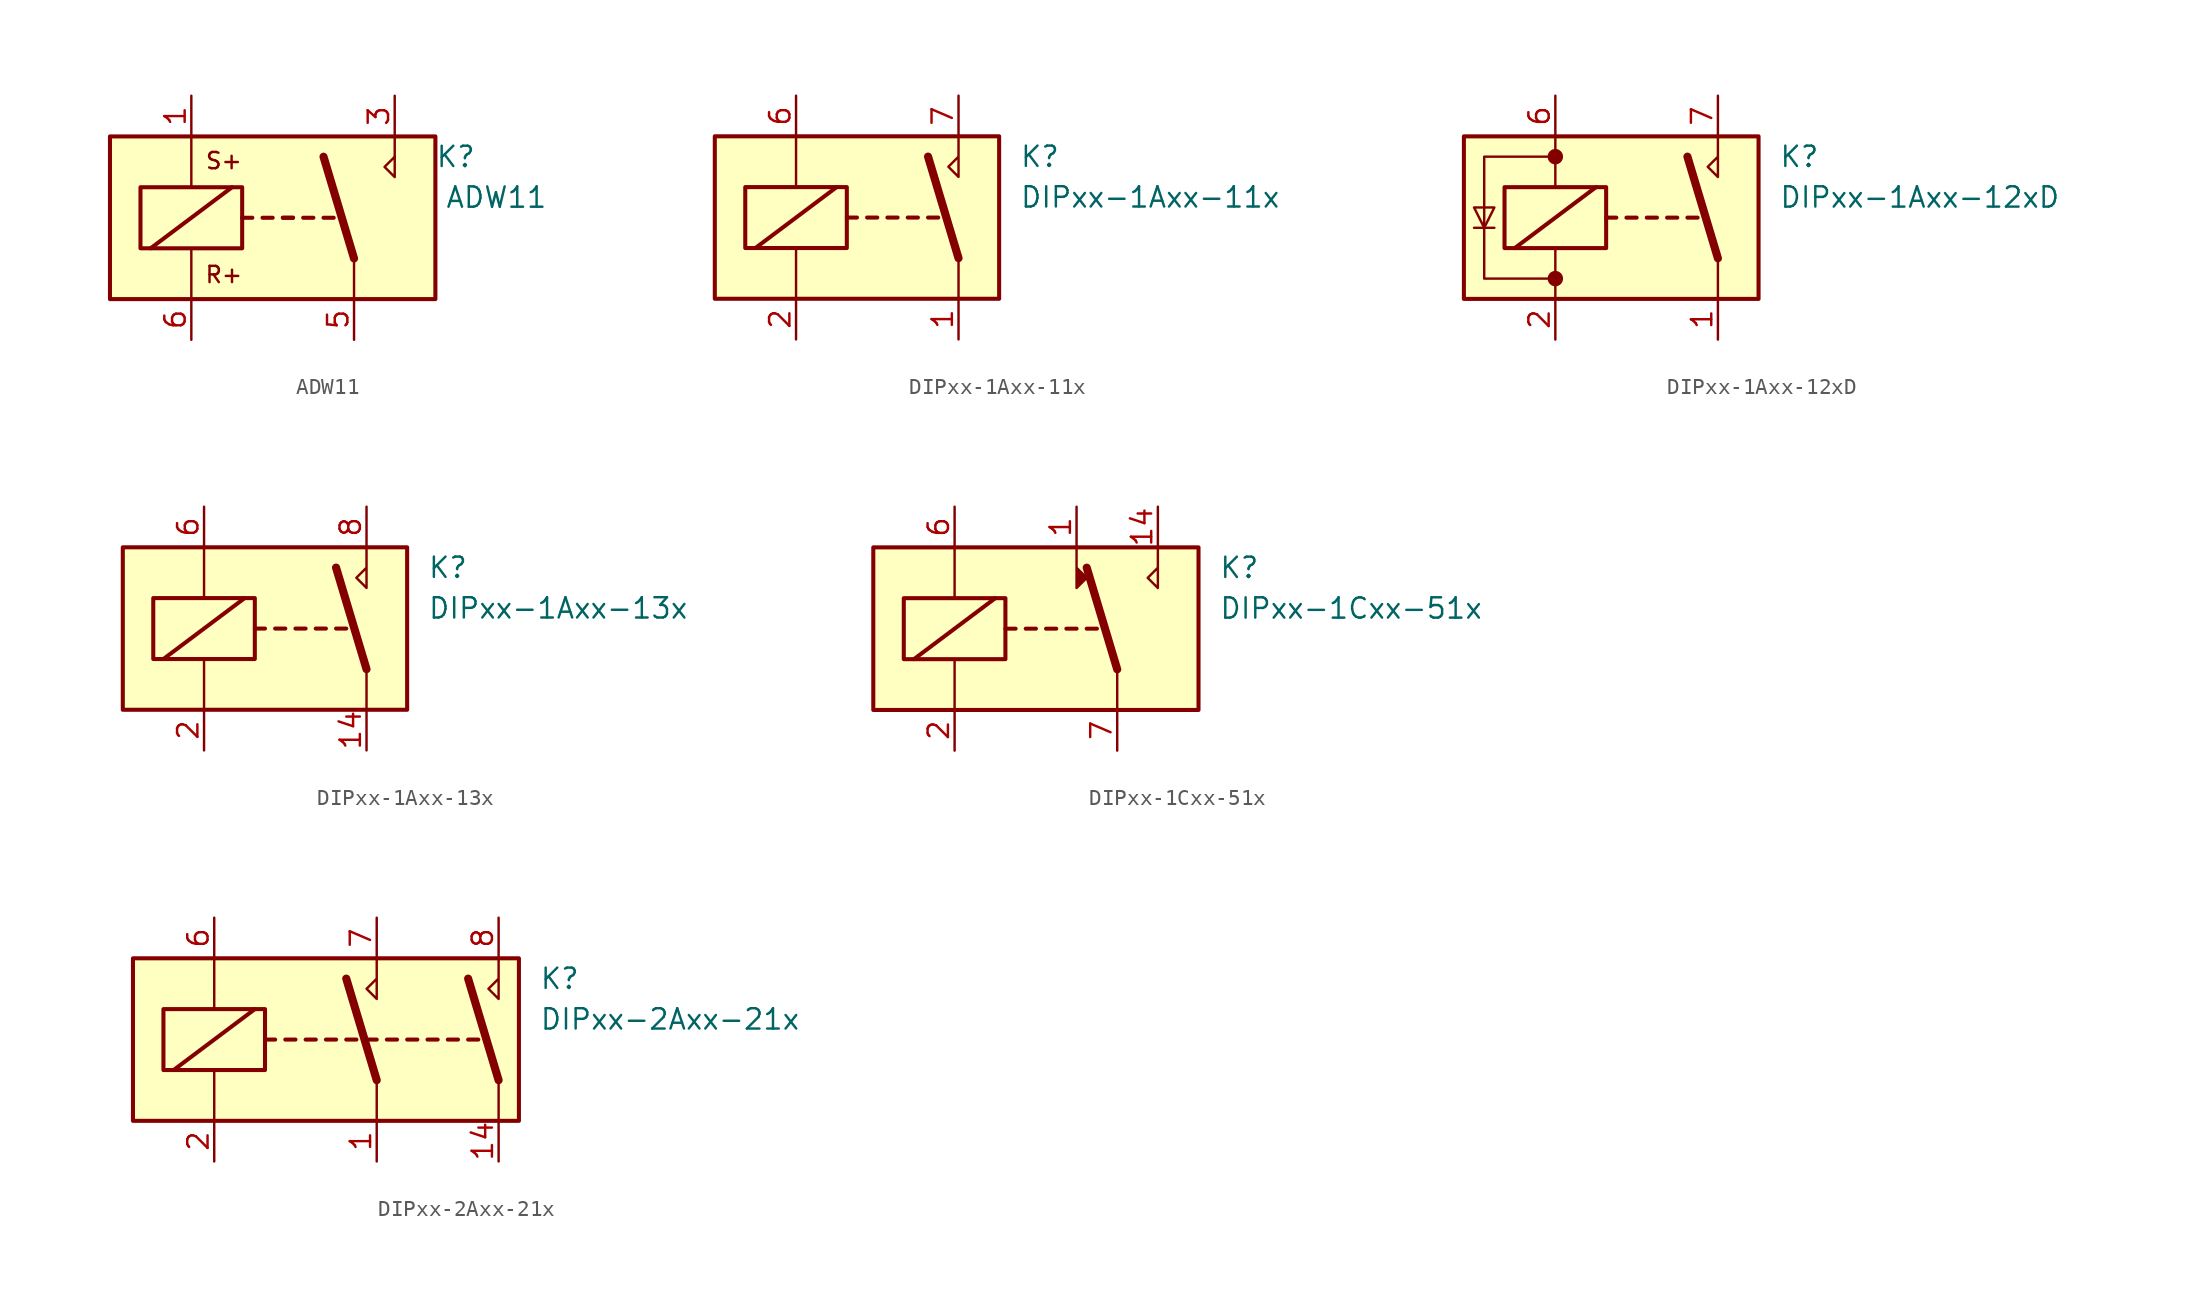
<source format=kicad_sym>
(kicad_symbol_lib
  (version 20201005)
  (generator kicad_symbol_editor)
  (symbol "ADW11"
    (property "Reference" "K"
      (at 11.43 3.81 0)
      (effects (font (size 1.27 1.27))))
    (property "Value" "ADW11"
      (at 13.97 1.27 0)
      (effects (font (size 1.27 1.27))))
    (symbol "ADW11_1_1"
      (text "R+" (at -3.048 -3.556 0) (effects (font (size 1.016 1.016))))
      (text "S+" (at -3.048 3.556 0) (effects (font (size 1.016 1.016))))
      (rectangle (start -8.255 1.905) (end -1.905 -1.905) (stroke (width 0.254)) (fill (type none)))
      (rectangle (start -10.16 5.08) (end 10.16 -5.08) (stroke (width 0.254)) (fill (type background)))
      (polyline (pts (xy -7.62 -1.905) (xy -2.54 1.905)) (stroke (width 0.254)) (fill (type none)))
      (polyline (pts (xy -5.08 -5.08) (xy -5.08 -1.905)) (stroke (width 0)) (fill (type none)))
      (polyline (pts (xy -5.08 5.08) (xy -5.08 1.905)) (stroke (width 0)) (fill (type none)))
      (polyline (pts (xy -1.905 0) (xy -1.27 0)) (stroke (width 0.254)) (fill (type none)))
      (polyline (pts (xy -0.635 0) (xy 0 0)) (stroke (width 0.254)) (fill (type none)))
      (polyline (pts (xy 0.635 0) (xy 1.27 0)) (stroke (width 0.254)) (fill (type none)))
      (polyline (pts (xy 0.635 0) (xy 1.27 0)) (stroke (width 0.254)) (fill (type none)))
      (polyline (pts (xy 1.905 0) (xy 2.54 0)) (stroke (width 0.254)) (fill (type none)))
      (polyline (pts (xy 3.175 0) (xy 3.81 0)) (stroke (width 0.254)) (fill (type none)))
      (polyline (pts (xy 5.08 -2.54) (xy 3.175 3.81)) (stroke (width 0.508)) (fill (type none)))
      (polyline (pts (xy 5.08 -2.54) (xy 5.08 -5.08)) (stroke (width 0)) (fill (type none)))
      (polyline (pts (xy 7.62 3.81) (xy 7.62 5.08)) (stroke (width 0)) (fill (type none)))
      (polyline (pts (xy 7.62 3.81) (xy 7.62 2.54) (xy 6.985 3.175) (xy 7.62 3.81)) (stroke (width 0)) (fill (type none)))
      (pin passive line (at -5.08 7.62 270) (length 2.54) (name "~" (effects (font (size 1.27 1.27)))) (number "1" (effects (font (size 1.27 1.27)))))
      (pin passive line (at 7.62 7.62 270) (length 2.54) (name "~" (effects (font (size 1.27 1.27)))) (number "3" (effects (font (size 1.27 1.27)))))
      (pin passive line (at 5.08 -7.62 90) (length 2.54) (name "~" (effects (font (size 1.27 1.27)))) (number "5" (effects (font (size 1.27 1.27)))))
      (pin passive line (at -5.08 -7.62 90) (length 2.54) (name "~" (effects (font (size 1.27 1.27)))) (number "6" (effects (font (size 1.27 1.27)))))))
  (symbol "DIPxx-1Axx-11x"
    (property "Reference" "K"
      (at 8.89 3.81 0)
      (effects (font (size 1.27 1.27)) (justify left)))
    (property "Value" "DIPxx-1Axx-11x"
      (at 8.89 1.27 0)
      (effects (font (size 1.27 1.27)) (justify left)))
    (symbol "DIPxx-1Axx-11x_0_0"
      (polyline (pts (xy 5.08 5.08) (xy 5.08 2.54) (xy 4.445 3.175) (xy 5.08 3.81)) (stroke (width 0)) (fill (type none))))
    (symbol "DIPxx-1Axx-11x_0_1"
      (rectangle (start -8.255 1.905) (end -1.905 -1.905) (stroke (width 0.254)) (fill (type none)))
      (rectangle (start -10.16 5.08) (end 7.62 -5.08) (stroke (width 0.254)) (fill (type background)))
      (polyline (pts (xy -7.62 -1.905) (xy -2.54 1.905)) (stroke (width 0.254)) (fill (type none)))
      (polyline (pts (xy -5.08 -5.08) (xy -5.08 -1.905)) (stroke (width 0)) (fill (type none)))
      (polyline (pts (xy -5.08 5.08) (xy -5.08 1.905)) (stroke (width 0)) (fill (type none)))
      (polyline (pts (xy -1.905 0) (xy -1.27 0)) (stroke (width 0.254)) (fill (type none)))
      (polyline (pts (xy -0.635 0) (xy 0 0)) (stroke (width 0.254)) (fill (type none)))
      (polyline (pts (xy 0.635 0) (xy 1.27 0)) (stroke (width 0.254)) (fill (type none)))
      (polyline (pts (xy 1.905 0) (xy 2.54 0)) (stroke (width 0.254)) (fill (type none)))
      (polyline (pts (xy 3.175 0) (xy 3.81 0)) (stroke (width 0.254)) (fill (type none)))
      (polyline (pts (xy 5.08 -2.54) (xy 3.175 3.81)) (stroke (width 0.508)) (fill (type none)))
      (polyline (pts (xy 5.08 -2.54) (xy 5.08 -5.08)) (stroke (width 0)) (fill (type none))))
    (symbol "DIPxx-1Axx-11x_1_1"
      (pin passive line (at 5.08 -7.62 90) (length 2.54) (name "~" (effects (font (size 1.27 1.27)))) (number "1" (effects (font (size 1.27 1.27)))))
      (pin passive line (at 5.08 -7.62 90) (length 2.54) hide (name "~" (effects (font (size 1.27 1.27)))) (number "14" (effects (font (size 1.27 1.27)))))
      (pin passive line (at -5.08 -7.62 90) (length 2.54) (name "~" (effects (font (size 1.27 1.27)))) (number "2" (effects (font (size 1.27 1.27)))))
      (pin passive line (at -5.08 7.62 270) (length 2.54) (name "~" (effects (font (size 1.27 1.27)))) (number "6" (effects (font (size 1.27 1.27)))))
      (pin passive line (at 5.08 7.62 270) (length 2.54) (name "~" (effects (font (size 1.27 1.27)))) (number "7" (effects (font (size 1.27 1.27)))))
      (pin passive line (at 5.08 7.62 270) (length 2.54) hide (name "~" (effects (font (size 1.27 1.27)))) (number "8" (effects (font (size 1.27 1.27)))))))
  (symbol "DIPxx-1Axx-12xD"
    (property "Reference" "K"
      (at 8.89 3.81 0)
      (effects (font (size 1.27 1.27)) (justify left)))
    (property "Value" "DIPxx-1Axx-12xD"
      (at 8.89 1.27 0)
      (effects (font (size 1.27 1.27)) (justify left)))
    (symbol "DIPxx-1Axx-12xD_0_0"
      (polyline (pts (xy 5.08 5.08) (xy 5.08 2.54) (xy 4.445 3.175) (xy 5.08 3.81)) (stroke (width 0)) (fill (type none))))
    (symbol "DIPxx-1Axx-12xD_0_1"
      (circle (center -5.08 -3.81) (radius 0.406) (stroke (width 0)) (fill (type outline)))
      (circle (center -5.08 3.81) (radius 0.406) (stroke (width 0)) (fill (type outline)))
      (rectangle (start -8.255 1.905) (end -1.905 -1.905) (stroke (width 0.254)) (fill (type none)))
      (rectangle (start -10.795 5.08) (end 7.62 -5.08) (stroke (width 0.254)) (fill (type background)))
      (polyline (pts (xy -10.16 -0.635) (xy -8.89 -0.635)) (stroke (width 0)) (fill (type none)))
      (polyline (pts (xy -7.62 -1.905) (xy -2.54 1.905)) (stroke (width 0.254)) (fill (type none)))
      (polyline (pts (xy -5.08 -5.08) (xy -5.08 -1.905)) (stroke (width 0)) (fill (type none)))
      (polyline (pts (xy -5.08 5.08) (xy -5.08 1.905)) (stroke (width 0)) (fill (type none)))
      (polyline (pts (xy -1.905 0) (xy -1.27 0)) (stroke (width 0.254)) (fill (type none)))
      (polyline (pts (xy -0.635 0) (xy 0 0)) (stroke (width 0.254)) (fill (type none)))
      (polyline (pts (xy 0.635 0) (xy 1.27 0)) (stroke (width 0.254)) (fill (type none)))
      (polyline (pts (xy 1.905 0) (xy 2.54 0)) (stroke (width 0.254)) (fill (type none)))
      (polyline (pts (xy 3.175 0) (xy 3.81 0)) (stroke (width 0.254)) (fill (type none)))
      (polyline (pts (xy 5.08 -2.54) (xy 3.175 3.81)) (stroke (width 0.508)) (fill (type none)))
      (polyline (pts (xy 5.08 -2.54) (xy 5.08 -5.08)) (stroke (width 0)) (fill (type none)))
      (polyline (pts (xy -9.525 -0.635) (xy -8.89 0.635) (xy -10.16 0.635) (xy -9.525 -0.635)) (stroke (width 0)) (fill (type none)))
      (polyline (pts (xy -5.08 -3.81) (xy -9.525 -3.81) (xy -9.525 3.81) (xy -5.08 3.81)) (stroke (width 0)) (fill (type none))))
    (symbol "DIPxx-1Axx-12xD_1_1"
      (pin passive line (at 5.08 -7.62 90) (length 2.54) (name "~" (effects (font (size 1.27 1.27)))) (number "1" (effects (font (size 1.27 1.27)))))
      (pin passive line (at -5.08 -7.62 90) (length 2.54) hide (name "~" (effects (font (size 1.27 1.27)))) (number "13" (effects (font (size 1.27 1.27)))))
      (pin passive line (at 5.08 -7.62 90) (length 2.54) hide (name "~" (effects (font (size 1.27 1.27)))) (number "14" (effects (font (size 1.27 1.27)))))
      (pin passive line (at -5.08 -7.62 90) (length 2.54) (name "~" (effects (font (size 1.27 1.27)))) (number "2" (effects (font (size 1.27 1.27)))))
      (pin passive line (at -5.08 7.62 270) (length 2.54) (name "~" (effects (font (size 1.27 1.27)))) (number "6" (effects (font (size 1.27 1.27)))))
      (pin passive line (at 5.08 7.62 270) (length 2.54) (name "~" (effects (font (size 1.27 1.27)))) (number "7" (effects (font (size 1.27 1.27)))))
      (pin passive line (at 5.08 7.62 270) (length 2.54) hide (name "~" (effects (font (size 1.27 1.27)))) (number "8" (effects (font (size 1.27 1.27)))))))
  (symbol "DIPxx-1Axx-13x"
    (property "Reference" "K"
      (at 8.89 3.81 0)
      (effects (font (size 1.27 1.27)) (justify left)))
    (property "Value" "DIPxx-1Axx-13x"
      (at 8.89 1.27 0)
      (effects (font (size 1.27 1.27)) (justify left)))
    (symbol "DIPxx-1Axx-13x_0_0"
      (polyline (pts (xy 5.08 5.08) (xy 5.08 2.54) (xy 4.445 3.175) (xy 5.08 3.81)) (stroke (width 0)) (fill (type none))))
    (symbol "DIPxx-1Axx-13x_0_1"
      (rectangle (start -8.255 1.905) (end -1.905 -1.905) (stroke (width 0.254)) (fill (type none)))
      (rectangle (start -10.16 5.08) (end 7.62 -5.08) (stroke (width 0.254)) (fill (type background)))
      (polyline (pts (xy -7.62 -1.905) (xy -2.54 1.905)) (stroke (width 0.254)) (fill (type none)))
      (polyline (pts (xy -5.08 -5.08) (xy -5.08 -1.905)) (stroke (width 0)) (fill (type none)))
      (polyline (pts (xy -5.08 5.08) (xy -5.08 1.905)) (stroke (width 0)) (fill (type none)))
      (polyline (pts (xy -1.905 0) (xy -1.27 0)) (stroke (width 0.254)) (fill (type none)))
      (polyline (pts (xy -0.635 0) (xy 0 0)) (stroke (width 0.254)) (fill (type none)))
      (polyline (pts (xy 0.635 0) (xy 1.27 0)) (stroke (width 0.254)) (fill (type none)))
      (polyline (pts (xy 1.905 0) (xy 2.54 0)) (stroke (width 0.254)) (fill (type none)))
      (polyline (pts (xy 3.175 0) (xy 3.81 0)) (stroke (width 0.254)) (fill (type none)))
      (polyline (pts (xy 5.08 -2.54) (xy 3.175 3.81)) (stroke (width 0.508)) (fill (type none)))
      (polyline (pts (xy 5.08 -2.54) (xy 5.08 -5.08)) (stroke (width 0)) (fill (type none))))
    (symbol "DIPxx-1Axx-13x_1_1"
      (pin passive line (at 5.08 -7.62 90) (length 2.54) (name "~" (effects (font (size 1.27 1.27)))) (number "14" (effects (font (size 1.27 1.27)))))
      (pin passive line (at -5.08 -7.62 90) (length 2.54) (name "~" (effects (font (size 1.27 1.27)))) (number "2" (effects (font (size 1.27 1.27)))))
      (pin passive line (at -5.08 7.62 270) (length 2.54) (name "~" (effects (font (size 1.27 1.27)))) (number "6" (effects (font (size 1.27 1.27)))))
      (pin passive line (at 5.08 7.62 270) (length 2.54) (name "~" (effects (font (size 1.27 1.27)))) (number "8" (effects (font (size 1.27 1.27)))))))
  (symbol "DIPxx-1Cxx-51x"
    (property "Reference" "K"
      (at 11.43 3.81 0)
      (effects (font (size 1.27 1.27)) (justify left)))
    (property "Value" "DIPxx-1Cxx-51x"
      (at 11.43 1.27 0)
      (effects (font (size 1.27 1.27)) (justify left)))
    (symbol "DIPxx-1Cxx-51x_0_0"
      (polyline (pts (xy 7.62 5.08) (xy 7.62 2.54) (xy 6.985 3.175) (xy 7.62 3.81)) (stroke (width 0)) (fill (type none)))
      (polyline (pts (xy 2.54 5.08) (xy 2.54 2.54) (xy 3.175 3.175) (xy 2.54 3.81)) (stroke (width 0)) (fill (type outline))))
    (symbol "DIPxx-1Cxx-51x_0_1"
      (rectangle (start -8.255 1.905) (end -1.905 -1.905) (stroke (width 0.254)) (fill (type none)))
      (rectangle (start -10.16 5.08) (end 10.16 -5.08) (stroke (width 0.254)) (fill (type background)))
      (polyline (pts (xy -7.62 -1.905) (xy -2.54 1.905)) (stroke (width 0.254)) (fill (type none)))
      (polyline (pts (xy -5.08 -5.08) (xy -5.08 -1.905)) (stroke (width 0)) (fill (type none)))
      (polyline (pts (xy -5.08 5.08) (xy -5.08 1.905)) (stroke (width 0)) (fill (type none)))
      (polyline (pts (xy -1.905 0) (xy -1.27 0)) (stroke (width 0.254)) (fill (type none)))
      (polyline (pts (xy -0.635 0) (xy 0 0)) (stroke (width 0.254)) (fill (type none)))
      (polyline (pts (xy 0.635 0) (xy 1.27 0)) (stroke (width 0.254)) (fill (type none)))
      (polyline (pts (xy 1.905 0) (xy 2.54 0)) (stroke (width 0.254)) (fill (type none)))
      (polyline (pts (xy 3.175 0) (xy 3.81 0)) (stroke (width 0.254)) (fill (type none)))
      (polyline (pts (xy 5.08 -2.54) (xy 3.175 3.81)) (stroke (width 0.508)) (fill (type none)))
      (polyline (pts (xy 5.08 -2.54) (xy 5.08 -5.08)) (stroke (width 0)) (fill (type none))))
    (symbol "DIPxx-1Cxx-51x_1_1"
      (pin passive line (at 2.54 7.62 270) (length 2.54) (name "~" (effects (font (size 1.27 1.27)))) (number "1" (effects (font (size 1.27 1.27)))))
      (pin passive line (at 7.62 7.62 270) (length 2.54) (name "~" (effects (font (size 1.27 1.27)))) (number "14" (effects (font (size 1.27 1.27)))))
      (pin passive line (at -5.08 -7.62 90) (length 2.54) (name "~" (effects (font (size 1.27 1.27)))) (number "2" (effects (font (size 1.27 1.27)))))
      (pin passive line (at -5.08 7.62 270) (length 2.54) (name "~" (effects (font (size 1.27 1.27)))) (number "6" (effects (font (size 1.27 1.27)))))
      (pin passive line (at 5.08 -7.62 90) (length 2.54) (name "~" (effects (font (size 1.27 1.27)))) (number "7" (effects (font (size 1.27 1.27)))))
      (pin passive line (at 5.08 -7.62 90) (length 2.54) hide (name "~" (effects (font (size 1.27 1.27)))) (number "8" (effects (font (size 1.27 1.27)))))))
  (symbol "DIPxx-2Axx-21x"
    (property "Reference" "K"
      (at 12.7 3.81 0)
      (effects (font (size 1.27 1.27)) (justify left)))
    (property "Value" "DIPxx-2Axx-21x"
      (at 12.7 1.27 0)
      (effects (font (size 1.27 1.27)) (justify left)))
    (symbol "DIPxx-2Axx-21x_0_0"
      (polyline (pts (xy 2.54 5.08) (xy 2.54 2.54) (xy 1.905 3.175) (xy 2.54 3.81)) (stroke (width 0)) (fill (type none)))
      (polyline (pts (xy 10.16 5.08) (xy 10.16 2.54) (xy 9.525 3.175) (xy 10.16 3.81)) (stroke (width 0)) (fill (type none))))
    (symbol "DIPxx-2Axx-21x_0_1"
      (rectangle (start -10.795 1.905) (end -4.445 -1.905) (stroke (width 0.254)) (fill (type none)))
      (rectangle (start -12.7 5.08) (end 11.43 -5.08) (stroke (width 0.254)) (fill (type background)))
      (polyline (pts (xy -10.16 -1.905) (xy -5.08 1.905)) (stroke (width 0.254)) (fill (type none)))
      (polyline (pts (xy -7.62 -5.08) (xy -7.62 -1.905)) (stroke (width 0)) (fill (type none)))
      (polyline (pts (xy -7.62 5.08) (xy -7.62 1.905)) (stroke (width 0)) (fill (type none)))
      (polyline (pts (xy -4.445 0) (xy -3.81 0)) (stroke (width 0.254)) (fill (type none)))
      (polyline (pts (xy -3.175 0) (xy -2.54 0)) (stroke (width 0.254)) (fill (type none)))
      (polyline (pts (xy -1.905 0) (xy -1.27 0)) (stroke (width 0.254)) (fill (type none)))
      (polyline (pts (xy -0.635 0) (xy 0 0)) (stroke (width 0.254)) (fill (type none)))
      (polyline (pts (xy 0.635 0) (xy 1.27 0)) (stroke (width 0.254)) (fill (type none)))
      (polyline (pts (xy 1.905 0) (xy 2.54 0)) (stroke (width 0.254)) (fill (type none)))
      (polyline (pts (xy 2.54 -2.54) (xy 0.635 3.81)) (stroke (width 0.508)) (fill (type none)))
      (polyline (pts (xy 2.54 -2.54) (xy 2.54 -5.08)) (stroke (width 0)) (fill (type none)))
      (polyline (pts (xy 3.175 0) (xy 3.81 0)) (stroke (width 0.254)) (fill (type none)))
      (polyline (pts (xy 4.445 0) (xy 5.08 0)) (stroke (width 0.254)) (fill (type none)))
      (polyline (pts (xy 5.715 0) (xy 6.35 0)) (stroke (width 0.254)) (fill (type none)))
      (polyline (pts (xy 6.985 0) (xy 7.62 0)) (stroke (width 0.254)) (fill (type none)))
      (polyline (pts (xy 8.255 0) (xy 8.89 0)) (stroke (width 0.254)) (fill (type none)))
      (polyline (pts (xy 10.16 -2.54) (xy 8.255 3.81)) (stroke (width 0.508)) (fill (type none)))
      (polyline (pts (xy 10.16 -2.54) (xy 10.16 -5.08)) (stroke (width 0)) (fill (type none))))
    (symbol "DIPxx-2Axx-21x_1_1"
      (pin passive line (at 2.54 -7.62 90) (length 2.54) (name "~" (effects (font (size 1.27 1.27)))) (number "1" (effects (font (size 1.27 1.27)))))
      (pin passive line (at 10.16 -7.62 90) (length 2.54) (name "~" (effects (font (size 1.27 1.27)))) (number "14" (effects (font (size 1.27 1.27)))))
      (pin passive line (at -7.62 -7.62 90) (length 2.54) (name "~" (effects (font (size 1.27 1.27)))) (number "2" (effects (font (size 1.27 1.27)))))
      (pin passive line (at -7.62 7.62 270) (length 2.54) (name "~" (effects (font (size 1.27 1.27)))) (number "6" (effects (font (size 1.27 1.27)))))
      (pin passive line (at 2.54 7.62 270) (length 2.54) (name "~" (effects (font (size 1.27 1.27)))) (number "7" (effects (font (size 1.27 1.27)))))
      (pin passive line (at 10.16 7.62 270) (length 2.54) (name "~" (effects (font (size 1.27 1.27)))) (number "8" (effects (font (size 1.27 1.27))))))))
</source>
